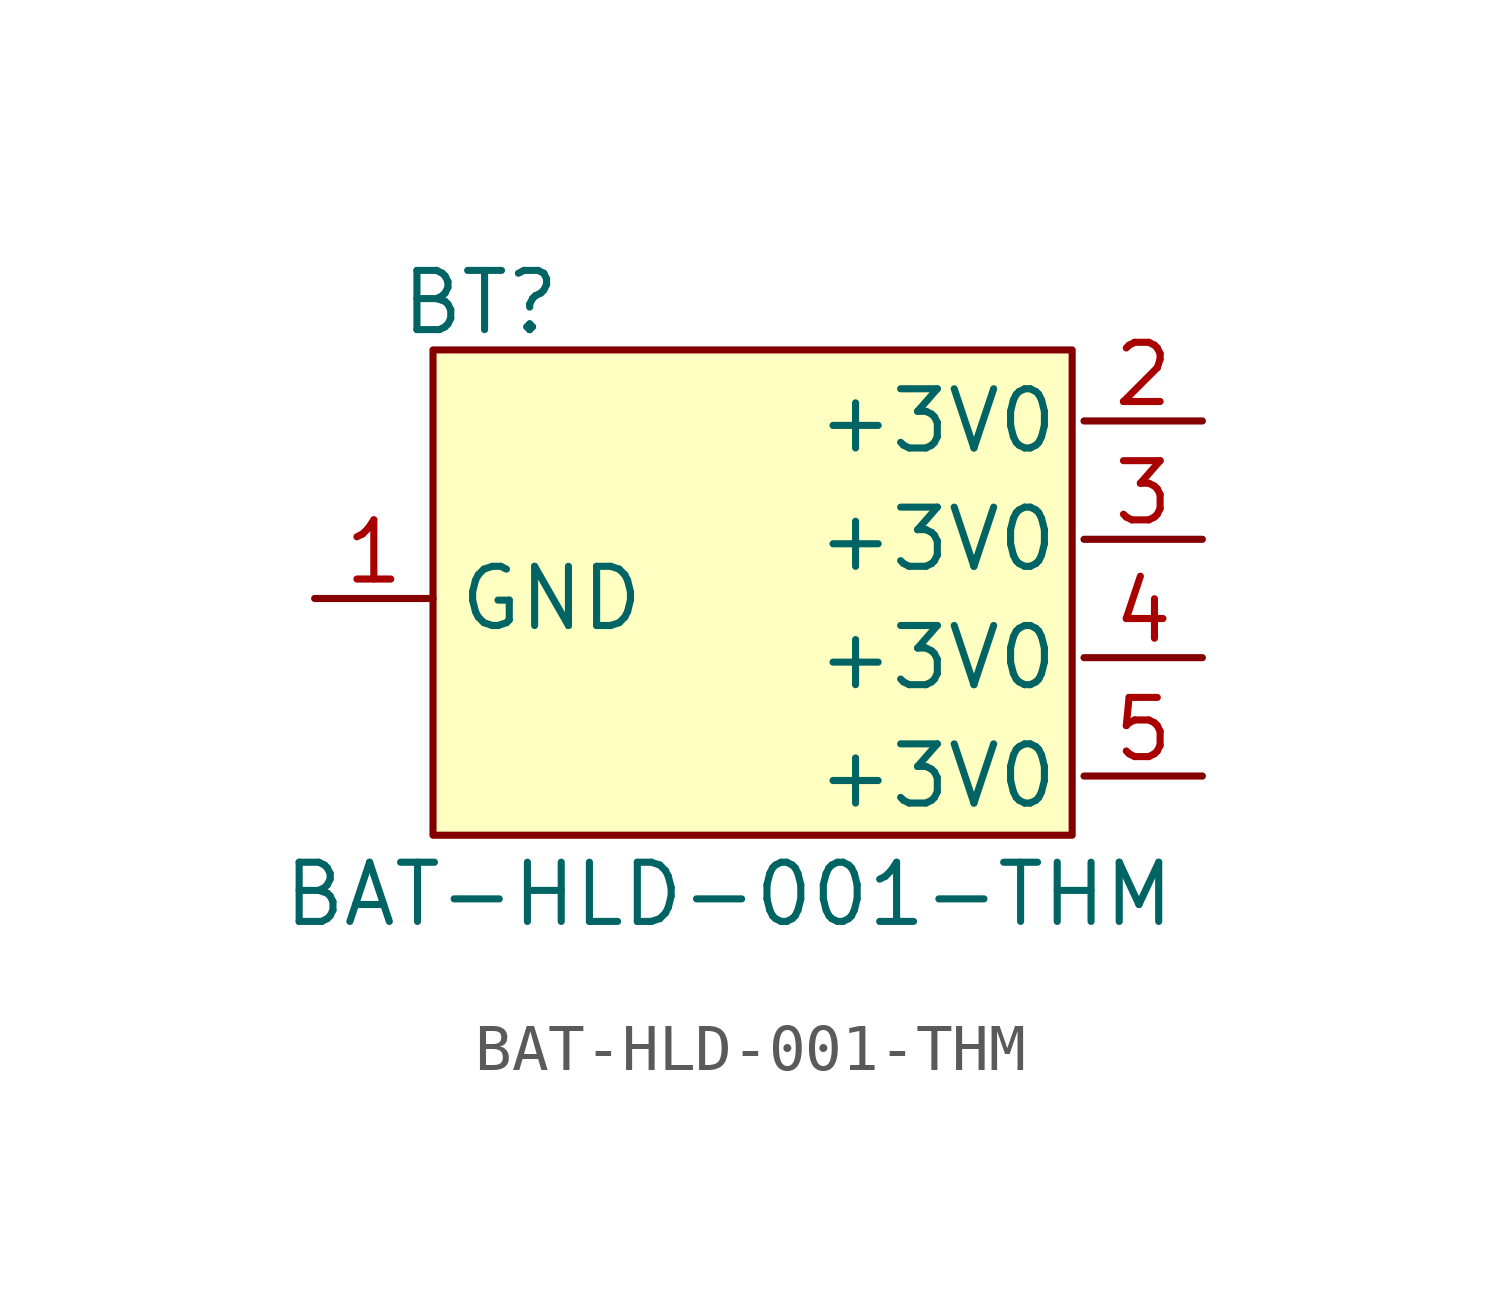
<source format=kicad_sym>
(kicad_symbol_lib
  (version 20231120)
  (generator "kicad_symbol_editor")
  (generator_version "8.0")
  (symbol "BAT-HLD-001-THM"
    (property "Reference" "BT"
      (at -5.334 6.35 0)
      (effects (font (size 1.27 1.27))))
    (property "Value" "BAT-HLD-001-THM"
      (at 0 -6.35 0)
      (effects (font (size 1.27 1.27))))
    (symbol "BAT-HLD-001-THM_0_0"
      (pin passive line (at -8.89 0 0) (length 2.54) (name "GND" (effects (font (size 1.27 1.27)))) (number "1" (effects (font (size 1.27 1.27)))))
      (pin passive line (at 10.16 3.81 180) (length 2.54) (name "+3V0" (effects (font (size 1.27 1.27)))) (number "2" (effects (font (size 1.27 1.27)))))
      (pin passive line (at 10.16 1.27 180) (length 2.54) (name "+3V0" (effects (font (size 1.27 1.27)))) (number "3" (effects (font (size 1.27 1.27)))))
      (pin passive line (at 10.16 -1.27 180) (length 2.54) (name "+3V0" (effects (font (size 1.27 1.27)))) (number "4" (effects (font (size 1.27 1.27)))))
      (pin passive line (at 10.16 -3.81 180) (length 2.54) (name "+3V0" (effects (font (size 1.27 1.27)))) (number "5" (effects (font (size 1.27 1.27))))))
    (symbol "BAT-HLD-001-THM_1_1"
      (rectangle (start -6.35 5.334) (end 7.366 -5.08) (stroke (width 0) (type default)) (fill (type background))))))
</source>
